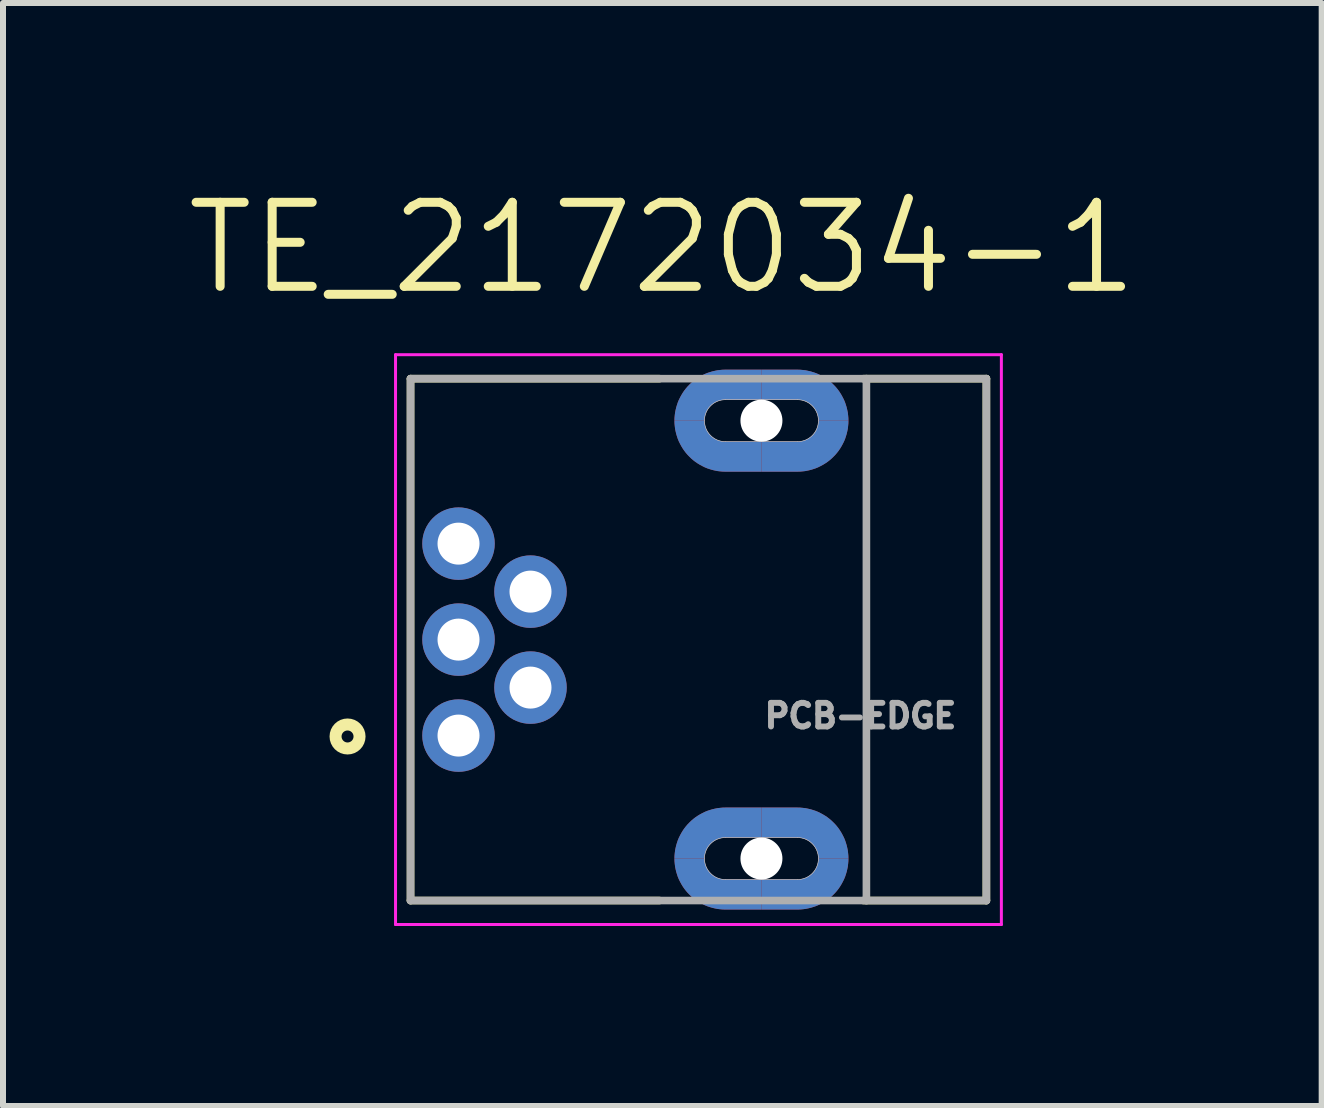
<source format=kicad_pcb>
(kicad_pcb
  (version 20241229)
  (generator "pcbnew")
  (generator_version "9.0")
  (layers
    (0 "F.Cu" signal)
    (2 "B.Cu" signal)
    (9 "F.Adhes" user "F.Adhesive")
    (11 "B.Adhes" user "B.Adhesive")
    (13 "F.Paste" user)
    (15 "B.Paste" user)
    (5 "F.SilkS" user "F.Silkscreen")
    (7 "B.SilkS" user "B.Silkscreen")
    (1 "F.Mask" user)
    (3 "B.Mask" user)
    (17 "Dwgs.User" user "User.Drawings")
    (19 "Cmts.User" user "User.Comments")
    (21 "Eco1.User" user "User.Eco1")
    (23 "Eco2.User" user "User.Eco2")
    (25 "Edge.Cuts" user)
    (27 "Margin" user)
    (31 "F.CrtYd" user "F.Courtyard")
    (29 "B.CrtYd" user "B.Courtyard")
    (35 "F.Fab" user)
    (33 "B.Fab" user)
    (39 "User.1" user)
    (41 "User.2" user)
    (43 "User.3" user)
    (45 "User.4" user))
  (footprint "TE_2172034-1"
    (layer "F.Cu")
    (at 9.644 7.613)
    (property "Reference" "TE_2172034-1" (at -1.652 -6.53 0) (layer "F.SilkS") (effects (font (size 1.401 1.401) (thickness 0.15))))
    (attr through_hole)
    (fp_poly (pts (xy 0 -4.5) (xy 0.6 -4.5) (xy 0.644 -4.499) (xy 0.689 -4.495) (xy 0.733 -4.49) (xy 0.777 -4.481) (xy 0.82 -4.471) (xy 0.863 -4.458) (xy 0.905 -4.444) (xy 0.946 -4.427) (xy 0.986 -4.407) (xy 1.025 -4.386) (xy 1.063 -4.363) (xy 1.1 -4.338) (xy 1.135 -4.311) (xy 1.169 -4.282) (xy 1.201 -4.251) (xy 1.232 -4.219) (xy 1.261 -4.185) (xy 1.288 -4.15) (xy 1.313 -4.113) (xy 1.336 -4.075) (xy 1.357 -4.036) (xy 1.377 -3.996) (xy 1.394 -3.955) (xy 1.408 -3.913) (xy 1.421 -3.87) (xy 1.431 -3.827) (xy 1.44 -3.783) (xy 1.445 -3.739) (xy 1.449 -3.694) (xy 1.45 -3.65) (xy 0.95 -3.65) (xy 0.95 -3.668) (xy 0.948 -3.687) (xy 0.946 -3.705) (xy 0.942 -3.723) (xy 0.938 -3.741) (xy 0.933 -3.758) (xy 0.927 -3.775) (xy 0.92 -3.792) (xy 0.912 -3.809) (xy 0.903 -3.825) (xy 0.894 -3.841) (xy 0.883 -3.856) (xy 0.872 -3.87) (xy 0.86 -3.884) (xy 0.847 -3.897) (xy 0.834 -3.91) (xy 0.82 -3.922) (xy 0.806 -3.933) (xy 0.791 -3.944) (xy 0.775 -3.953) (xy 0.759 -3.962) (xy 0.742 -3.97) (xy 0.725 -3.977) (xy 0.708 -3.983) (xy 0.691 -3.988) (xy 0.673 -3.992) (xy 0.655 -3.996) (xy 0.637 -3.998) (xy 0.618 -4) (xy 0.6 -4) (xy 0 -4) (xy 0 -4.5)) (stroke (width 0.0001) (type solid)) (fill yes) (layer "F.Cu"))
    (fp_poly (pts (xy 0 -2.8) (xy -0.6 -2.8) (xy -0.644 -2.801) (xy -0.689 -2.805) (xy -0.733 -2.81) (xy -0.777 -2.819) (xy -0.82 -2.829) (xy -0.863 -2.842) (xy -0.905 -2.856) (xy -0.946 -2.873) (xy -0.986 -2.893) (xy -1.025 -2.914) (xy -1.063 -2.937) (xy -1.1 -2.962) (xy -1.135 -2.989) (xy -1.169 -3.018) (xy -1.201 -3.049) (xy -1.232 -3.081) (xy -1.261 -3.115) (xy -1.288 -3.15) (xy -1.313 -3.187) (xy -1.336 -3.225) (xy -1.357 -3.264) (xy -1.377 -3.304) (xy -1.394 -3.345) (xy -1.408 -3.387) (xy -1.421 -3.43) (xy -1.431 -3.473) (xy -1.44 -3.517) (xy -1.445 -3.561) (xy -1.449 -3.606) (xy -1.45 -3.65) (xy -0.95 -3.65) (xy -0.95 -3.632) (xy -0.948 -3.613) (xy -0.946 -3.595) (xy -0.942 -3.577) (xy -0.938 -3.559) (xy -0.933 -3.542) (xy -0.927 -3.525) (xy -0.92 -3.508) (xy -0.912 -3.491) (xy -0.903 -3.475) (xy -0.894 -3.459) (xy -0.883 -3.444) (xy -0.872 -3.43) (xy -0.86 -3.416) (xy -0.847 -3.403) (xy -0.834 -3.39) (xy -0.82 -3.378) (xy -0.806 -3.367) (xy -0.791 -3.356) (xy -0.775 -3.347) (xy -0.759 -3.338) (xy -0.742 -3.33) (xy -0.725 -3.323) (xy -0.708 -3.317) (xy -0.691 -3.312) (xy -0.673 -3.308) (xy -0.655 -3.304) (xy -0.637 -3.302) (xy -0.618 -3.3) (xy -0.6 -3.3) (xy 0 -3.3) (xy 0 -2.8)) (stroke (width 0.0001) (type solid)) (fill yes) (layer "F.Cu"))
    (fp_poly (pts (xy 0 -2.8) (xy 0.6 -2.8) (xy 0.644 -2.801) (xy 0.689 -2.805) (xy 0.733 -2.81) (xy 0.777 -2.819) (xy 0.82 -2.829) (xy 0.863 -2.842) (xy 0.905 -2.856) (xy 0.946 -2.873) (xy 0.986 -2.893) (xy 1.025 -2.914) (xy 1.063 -2.937) (xy 1.1 -2.962) (xy 1.135 -2.989) (xy 1.169 -3.018) (xy 1.201 -3.049) (xy 1.232 -3.081) (xy 1.261 -3.115) (xy 1.288 -3.15) (xy 1.313 -3.187) (xy 1.336 -3.225) (xy 1.357 -3.264) (xy 1.377 -3.304) (xy 1.394 -3.345) (xy 1.408 -3.387) (xy 1.421 -3.43) (xy 1.431 -3.473) (xy 1.44 -3.517) (xy 1.445 -3.561) (xy 1.449 -3.606) (xy 1.45 -3.65) (xy 0.95 -3.65) (xy 0.95 -3.632) (xy 0.948 -3.613) (xy 0.946 -3.595) (xy 0.942 -3.577) (xy 0.938 -3.559) (xy 0.933 -3.542) (xy 0.927 -3.525) (xy 0.92 -3.508) (xy 0.912 -3.491) (xy 0.903 -3.475) (xy 0.894 -3.459) (xy 0.883 -3.444) (xy 0.872 -3.43) (xy 0.86 -3.416) (xy 0.847 -3.403) (xy 0.834 -3.39) (xy 0.82 -3.378) (xy 0.806 -3.367) (xy 0.791 -3.356) (xy 0.775 -3.347) (xy 0.759 -3.338) (xy 0.742 -3.33) (xy 0.725 -3.323) (xy 0.708 -3.317) (xy 0.691 -3.312) (xy 0.673 -3.308) (xy 0.655 -3.304) (xy 0.637 -3.302) (xy 0.618 -3.3) (xy 0.6 -3.3) (xy 0 -3.3) (xy 0 -2.8)) (stroke (width 0.0001) (type solid)) (fill yes) (layer "F.Cu"))
    (fp_poly (pts (xy 0 2.8) (xy -0.6 2.8) (xy -0.644 2.801) (xy -0.689 2.805) (xy -0.733 2.81) (xy -0.777 2.819) (xy -0.82 2.829) (xy -0.863 2.842) (xy -0.905 2.856) (xy -0.946 2.873) (xy -0.986 2.893) (xy -1.025 2.914) (xy -1.063 2.937) (xy -1.1 2.962) (xy -1.135 2.989) (xy -1.169 3.018) (xy -1.201 3.049) (xy -1.232 3.081) (xy -1.261 3.115) (xy -1.288 3.15) (xy -1.313 3.187) (xy -1.336 3.225) (xy -1.357 3.264) (xy -1.377 3.304) (xy -1.394 3.345) (xy -1.408 3.387) (xy -1.421 3.43) (xy -1.431 3.473) (xy -1.44 3.517) (xy -1.445 3.561) (xy -1.449 3.606) (xy -1.45 3.65) (xy -0.95 3.65) (xy -0.95 3.632) (xy -0.948 3.613) (xy -0.946 3.595) (xy -0.942 3.577) (xy -0.938 3.559) (xy -0.933 3.542) (xy -0.927 3.525) (xy -0.92 3.508) (xy -0.912 3.491) (xy -0.903 3.475) (xy -0.894 3.459) (xy -0.883 3.444) (xy -0.872 3.43) (xy -0.86 3.416) (xy -0.847 3.403) (xy -0.834 3.39) (xy -0.82 3.378) (xy -0.806 3.367) (xy -0.791 3.356) (xy -0.775 3.347) (xy -0.759 3.338) (xy -0.742 3.33) (xy -0.725 3.323) (xy -0.708 3.317) (xy -0.691 3.312) (xy -0.673 3.308) (xy -0.655 3.304) (xy -0.637 3.302) (xy -0.618 3.3) (xy -0.6 3.3) (xy 0 3.3) (xy 0 2.8)) (stroke (width 0.0001) (type solid)) (fill yes) (layer "F.Cu"))
    (fp_poly (pts (xy 0 2.8) (xy 0.6 2.8) (xy 0.644 2.801) (xy 0.689 2.805) (xy 0.733 2.81) (xy 0.777 2.819) (xy 0.82 2.829) (xy 0.863 2.842) (xy 0.905 2.856) (xy 0.946 2.873) (xy 0.986 2.893) (xy 1.025 2.914) (xy 1.063 2.937) (xy 1.1 2.962) (xy 1.135 2.989) (xy 1.169 3.018) (xy 1.201 3.049) (xy 1.232 3.081) (xy 1.261 3.115) (xy 1.288 3.15) (xy 1.313 3.187) (xy 1.336 3.225) (xy 1.357 3.264) (xy 1.377 3.304) (xy 1.394 3.345) (xy 1.408 3.387) (xy 1.421 3.43) (xy 1.431 3.473) (xy 1.44 3.517) (xy 1.445 3.561) (xy 1.449 3.606) (xy 1.45 3.65) (xy 0.95 3.65) (xy 0.95 3.632) (xy 0.948 3.613) (xy 0.946 3.595) (xy 0.942 3.577) (xy 0.938 3.559) (xy 0.933 3.542) (xy 0.927 3.525) (xy 0.92 3.508) (xy 0.912 3.491) (xy 0.903 3.475) (xy 0.894 3.459) (xy 0.883 3.444) (xy 0.872 3.43) (xy 0.86 3.416) (xy 0.847 3.403) (xy 0.834 3.39) (xy 0.82 3.378) (xy 0.806 3.367) (xy 0.791 3.356) (xy 0.775 3.347) (xy 0.759 3.338) (xy 0.742 3.33) (xy 0.725 3.323) (xy 0.708 3.317) (xy 0.691 3.312) (xy 0.673 3.308) (xy 0.655 3.304) (xy 0.637 3.302) (xy 0.618 3.3) (xy 0.6 3.3) (xy 0 3.3) (xy 0 2.8)) (stroke (width 0.0001) (type solid)) (fill yes) (layer "F.Cu"))
    (fp_poly (pts (xy 0 4.5) (xy 0.6 4.5) (xy 0.644 4.499) (xy 0.689 4.495) (xy 0.733 4.49) (xy 0.777 4.481) (xy 0.82 4.471) (xy 0.863 4.458) (xy 0.905 4.444) (xy 0.946 4.427) (xy 0.986 4.407) (xy 1.025 4.386) (xy 1.063 4.363) (xy 1.1 4.338) (xy 1.135 4.311) (xy 1.169 4.282) (xy 1.201 4.251) (xy 1.232 4.219) (xy 1.261 4.185) (xy 1.288 4.15) (xy 1.313 4.113) (xy 1.336 4.075) (xy 1.357 4.036) (xy 1.377 3.996) (xy 1.394 3.955) (xy 1.408 3.913) (xy 1.421 3.87) (xy 1.431 3.827) (xy 1.44 3.783) (xy 1.445 3.739) (xy 1.449 3.694) (xy 1.45 3.65) (xy 0.95 3.65) (xy 0.95 3.668) (xy 0.948 3.687) (xy 0.946 3.705) (xy 0.942 3.723) (xy 0.938 3.741) (xy 0.933 3.758) (xy 0.927 3.775) (xy 0.92 3.792) (xy 0.912 3.809) (xy 0.903 3.825) (xy 0.894 3.841) (xy 0.883 3.856) (xy 0.872 3.87) (xy 0.86 3.884) (xy 0.847 3.897) (xy 0.834 3.91) (xy 0.82 3.922) (xy 0.806 3.933) (xy 0.791 3.944) (xy 0.775 3.953) (xy 0.759 3.962) (xy 0.742 3.97) (xy 0.725 3.977) (xy 0.708 3.983) (xy 0.691 3.988) (xy 0.673 3.992) (xy 0.655 3.996) (xy 0.637 3.998) (xy 0.618 4) (xy 0.6 4) (xy 0 4) (xy 0 4.5)) (stroke (width 0.0001) (type solid)) (fill yes) (layer "F.Cu"))
    (fp_poly (pts (xy -1.553 2.7) (xy 1.55 2.7) (xy 1.55 4.609) (xy -1.553 4.609)) (stroke (width 0.01) (type solid)) (fill yes) (layer "F.Mask"))
    (fp_poly (pts (xy -1.552 -4.6) (xy 1.55 -4.6) (xy 1.55 -2.704) (xy -1.552 -2.704)) (stroke (width 0.01) (type solid)) (fill yes) (layer "F.Mask"))
    (fp_poly (pts (xy -1.551 2.7) (xy 1.55 2.7) (xy 1.55 4.604) (xy -1.551 4.604)) (stroke (width 0.01) (type solid)) (fill yes) (layer "F.Mask"))
    (fp_poly (pts (xy 0 -4.5) (xy -0.6 -4.5) (xy -0.644 -4.499) (xy -0.689 -4.495) (xy -0.733 -4.49) (xy -0.777 -4.481) (xy -0.82 -4.471) (xy -0.863 -4.458) (xy -0.905 -4.444) (xy -0.946 -4.427) (xy -0.986 -4.407) (xy -1.025 -4.386) (xy -1.063 -4.363) (xy -1.1 -4.338) (xy -1.135 -4.311) (xy -1.169 -4.282) (xy -1.201 -4.251) (xy -1.232 -4.219) (xy -1.261 -4.185) (xy -1.288 -4.15) (xy -1.313 -4.113) (xy -1.336 -4.075) (xy -1.357 -4.036) (xy -1.377 -3.996) (xy -1.394 -3.955) (xy -1.408 -3.913) (xy -1.421 -3.87) (xy -1.431 -3.827) (xy -1.44 -3.783) (xy -1.445 -3.739) (xy -1.449 -3.694) (xy -1.45 -3.65) (xy -0.95 -3.65) (xy -0.95 -3.668) (xy -0.948 -3.687) (xy -0.946 -3.705) (xy -0.942 -3.723) (xy -0.938 -3.741) (xy -0.933 -3.758) (xy -0.927 -3.775) (xy -0.92 -3.792) (xy -0.912 -3.809) (xy -0.903 -3.825) (xy -0.894 -3.841) (xy -0.883 -3.856) (xy -0.872 -3.87) (xy -0.86 -3.884) (xy -0.847 -3.897) (xy -0.834 -3.91) (xy -0.82 -3.922) (xy -0.806 -3.933) (xy -0.791 -3.944) (xy -0.775 -3.953) (xy -0.759 -3.962) (xy -0.742 -3.97) (xy -0.725 -3.977) (xy -0.708 -3.983) (xy -0.691 -3.988) (xy -0.673 -3.992) (xy -0.655 -3.996) (xy -0.637 -3.998) (xy -0.618 -4) (xy -0.6 -4) (xy 0 -4) (xy 0 -4.5)) (stroke (width 0.0001) (type solid)) (fill yes) (layer "B.Cu"))
    (fp_poly (pts (xy 0 -4.5) (xy 0.6 -4.5) (xy 0.644 -4.499) (xy 0.689 -4.495) (xy 0.733 -4.49) (xy 0.777 -4.481) (xy 0.82 -4.471) (xy 0.863 -4.458) (xy 0.905 -4.444) (xy 0.946 -4.427) (xy 0.986 -4.407) (xy 1.025 -4.386) (xy 1.063 -4.363) (xy 1.1 -4.338) (xy 1.135 -4.311) (xy 1.169 -4.282) (xy 1.201 -4.251) (xy 1.232 -4.219) (xy 1.261 -4.185) (xy 1.288 -4.15) (xy 1.313 -4.113) (xy 1.336 -4.075) (xy 1.357 -4.036) (xy 1.377 -3.996) (xy 1.394 -3.955) (xy 1.408 -3.913) (xy 1.421 -3.87) (xy 1.431 -3.827) (xy 1.44 -3.783) (xy 1.445 -3.739) (xy 1.449 -3.694) (xy 1.45 -3.65) (xy 0.95 -3.65) (xy 0.95 -3.668) (xy 0.948 -3.687) (xy 0.946 -3.705) (xy 0.942 -3.723) (xy 0.938 -3.741) (xy 0.933 -3.758) (xy 0.927 -3.775) (xy 0.92 -3.792) (xy 0.912 -3.809) (xy 0.903 -3.825) (xy 0.894 -3.841) (xy 0.883 -3.856) (xy 0.872 -3.87) (xy 0.86 -3.884) (xy 0.847 -3.897) (xy 0.834 -3.91) (xy 0.82 -3.922) (xy 0.806 -3.933) (xy 0.791 -3.944) (xy 0.775 -3.953) (xy 0.759 -3.962) (xy 0.742 -3.97) (xy 0.725 -3.977) (xy 0.708 -3.983) (xy 0.691 -3.988) (xy 0.673 -3.992) (xy 0.655 -3.996) (xy 0.637 -3.998) (xy 0.618 -4) (xy 0.6 -4) (xy 0 -4) (xy 0 -4.5)) (stroke (width 0.0001) (type solid)) (fill yes) (layer "B.Cu"))
    (fp_poly (pts (xy 0 -2.8) (xy -0.6 -2.8) (xy -0.644 -2.801) (xy -0.689 -2.805) (xy -0.733 -2.81) (xy -0.777 -2.819) (xy -0.82 -2.829) (xy -0.863 -2.842) (xy -0.905 -2.856) (xy -0.946 -2.873) (xy -0.986 -2.893) (xy -1.025 -2.914) (xy -1.063 -2.937) (xy -1.1 -2.962) (xy -1.135 -2.989) (xy -1.169 -3.018) (xy -1.201 -3.049) (xy -1.232 -3.081) (xy -1.261 -3.115) (xy -1.288 -3.15) (xy -1.313 -3.187) (xy -1.336 -3.225) (xy -1.357 -3.264) (xy -1.377 -3.304) (xy -1.394 -3.345) (xy -1.408 -3.387) (xy -1.421 -3.43) (xy -1.431 -3.473) (xy -1.44 -3.517) (xy -1.445 -3.561) (xy -1.449 -3.606) (xy -1.45 -3.65) (xy -0.95 -3.65) (xy -0.95 -3.632) (xy -0.948 -3.613) (xy -0.946 -3.595) (xy -0.942 -3.577) (xy -0.938 -3.559) (xy -0.933 -3.542) (xy -0.927 -3.525) (xy -0.92 -3.508) (xy -0.912 -3.491) (xy -0.903 -3.475) (xy -0.894 -3.459) (xy -0.883 -3.444) (xy -0.872 -3.43) (xy -0.86 -3.416) (xy -0.847 -3.403) (xy -0.834 -3.39) (xy -0.82 -3.378) (xy -0.806 -3.367) (xy -0.791 -3.356) (xy -0.775 -3.347) (xy -0.759 -3.338) (xy -0.742 -3.33) (xy -0.725 -3.323) (xy -0.708 -3.317) (xy -0.691 -3.312) (xy -0.673 -3.308) (xy -0.655 -3.304) (xy -0.637 -3.302) (xy -0.618 -3.3) (xy -0.6 -3.3) (xy 0 -3.3) (xy 0 -2.8)) (stroke (width 0.0001) (type solid)) (fill yes) (layer "B.Cu"))
    (fp_poly (pts (xy 0 -2.8) (xy 0.6 -2.8) (xy 0.644 -2.801) (xy 0.689 -2.805) (xy 0.733 -2.81) (xy 0.777 -2.819) (xy 0.82 -2.829) (xy 0.863 -2.842) (xy 0.905 -2.856) (xy 0.946 -2.873) (xy 0.986 -2.893) (xy 1.025 -2.914) (xy 1.063 -2.937) (xy 1.1 -2.962) (xy 1.135 -2.989) (xy 1.169 -3.018) (xy 1.201 -3.049) (xy 1.232 -3.081) (xy 1.261 -3.115) (xy 1.288 -3.15) (xy 1.313 -3.187) (xy 1.336 -3.225) (xy 1.357 -3.264) (xy 1.377 -3.304) (xy 1.394 -3.345) (xy 1.408 -3.387) (xy 1.421 -3.43) (xy 1.431 -3.473) (xy 1.44 -3.517) (xy 1.445 -3.561) (xy 1.449 -3.606) (xy 1.45 -3.65) (xy 0.95 -3.65) (xy 0.95 -3.632) (xy 0.948 -3.613) (xy 0.946 -3.595) (xy 0.942 -3.577) (xy 0.938 -3.559) (xy 0.933 -3.542) (xy 0.927 -3.525) (xy 0.92 -3.508) (xy 0.912 -3.491) (xy 0.903 -3.475) (xy 0.894 -3.459) (xy 0.883 -3.444) (xy 0.872 -3.43) (xy 0.86 -3.416) (xy 0.847 -3.403) (xy 0.834 -3.39) (xy 0.82 -3.378) (xy 0.806 -3.367) (xy 0.791 -3.356) (xy 0.775 -3.347) (xy 0.759 -3.338) (xy 0.742 -3.33) (xy 0.725 -3.323) (xy 0.708 -3.317) (xy 0.691 -3.312) (xy 0.673 -3.308) (xy 0.655 -3.304) (xy 0.637 -3.302) (xy 0.618 -3.3) (xy 0.6 -3.3) (xy 0 -3.3) (xy 0 -2.8)) (stroke (width 0.0001) (type solid)) (fill yes) (layer "B.Cu"))
    (fp_poly (pts (xy 0 2.8) (xy -0.6 2.8) (xy -0.644 2.801) (xy -0.689 2.805) (xy -0.733 2.81) (xy -0.777 2.819) (xy -0.82 2.829) (xy -0.863 2.842) (xy -0.905 2.856) (xy -0.946 2.873) (xy -0.986 2.893) (xy -1.025 2.914) (xy -1.063 2.937) (xy -1.1 2.962) (xy -1.135 2.989) (xy -1.169 3.018) (xy -1.201 3.049) (xy -1.232 3.081) (xy -1.261 3.115) (xy -1.288 3.15) (xy -1.313 3.187) (xy -1.336 3.225) (xy -1.357 3.264) (xy -1.377 3.304) (xy -1.394 3.345) (xy -1.408 3.387) (xy -1.421 3.43) (xy -1.431 3.473) (xy -1.44 3.517) (xy -1.445 3.561) (xy -1.449 3.606) (xy -1.45 3.65) (xy -0.95 3.65) (xy -0.95 3.632) (xy -0.948 3.613) (xy -0.946 3.595) (xy -0.942 3.577) (xy -0.938 3.559) (xy -0.933 3.542) (xy -0.927 3.525) (xy -0.92 3.508) (xy -0.912 3.491) (xy -0.903 3.475) (xy -0.894 3.459) (xy -0.883 3.444) (xy -0.872 3.43) (xy -0.86 3.416) (xy -0.847 3.403) (xy -0.834 3.39) (xy -0.82 3.378) (xy -0.806 3.367) (xy -0.791 3.356) (xy -0.775 3.347) (xy -0.759 3.338) (xy -0.742 3.33) (xy -0.725 3.323) (xy -0.708 3.317) (xy -0.691 3.312) (xy -0.673 3.308) (xy -0.655 3.304) (xy -0.637 3.302) (xy -0.618 3.3) (xy -0.6 3.3) (xy 0 3.3) (xy 0 2.8)) (stroke (width 0.0001) (type solid)) (fill yes) (layer "B.Cu"))
    (fp_poly (pts (xy 0 2.8) (xy 0.6 2.8) (xy 0.644 2.801) (xy 0.689 2.805) (xy 0.733 2.81) (xy 0.777 2.819) (xy 0.82 2.829) (xy 0.863 2.842) (xy 0.905 2.856) (xy 0.946 2.873) (xy 0.986 2.893) (xy 1.025 2.914) (xy 1.063 2.937) (xy 1.1 2.962) (xy 1.135 2.989) (xy 1.169 3.018) (xy 1.201 3.049) (xy 1.232 3.081) (xy 1.261 3.115) (xy 1.288 3.15) (xy 1.313 3.187) (xy 1.336 3.225) (xy 1.357 3.264) (xy 1.377 3.304) (xy 1.394 3.345) (xy 1.408 3.387) (xy 1.421 3.43) (xy 1.431 3.473) (xy 1.44 3.517) (xy 1.445 3.561) (xy 1.449 3.606) (xy 1.45 3.65) (xy 0.95 3.65) (xy 0.95 3.632) (xy 0.948 3.613) (xy 0.946 3.595) (xy 0.942 3.577) (xy 0.938 3.559) (xy 0.933 3.542) (xy 0.927 3.525) (xy 0.92 3.508) (xy 0.912 3.491) (xy 0.903 3.475) (xy 0.894 3.459) (xy 0.883 3.444) (xy 0.872 3.43) (xy 0.86 3.416) (xy 0.847 3.403) (xy 0.834 3.39) (xy 0.82 3.378) (xy 0.806 3.367) (xy 0.791 3.356) (xy 0.775 3.347) (xy 0.759 3.338) (xy 0.742 3.33) (xy 0.725 3.323) (xy 0.708 3.317) (xy 0.691 3.312) (xy 0.673 3.308) (xy 0.655 3.304) (xy 0.637 3.302) (xy 0.618 3.3) (xy 0.6 3.3) (xy 0 3.3) (xy 0 2.8)) (stroke (width 0.0001) (type solid)) (fill yes) (layer "B.Cu"))
    (fp_poly (pts (xy 0 4.5) (xy -0.6 4.5) (xy -0.644 4.499) (xy -0.689 4.495) (xy -0.733 4.49) (xy -0.777 4.481) (xy -0.82 4.471) (xy -0.863 4.458) (xy -0.905 4.444) (xy -0.946 4.427) (xy -0.986 4.407) (xy -1.025 4.386) (xy -1.063 4.363) (xy -1.1 4.338) (xy -1.135 4.311) (xy -1.169 4.282) (xy -1.201 4.251) (xy -1.232 4.219) (xy -1.261 4.185) (xy -1.288 4.15) (xy -1.313 4.113) (xy -1.336 4.075) (xy -1.357 4.036) (xy -1.377 3.996) (xy -1.394 3.955) (xy -1.408 3.913) (xy -1.421 3.87) (xy -1.431 3.827) (xy -1.44 3.783) (xy -1.445 3.739) (xy -1.449 3.694) (xy -1.45 3.65) (xy -0.95 3.65) (xy -0.95 3.668) (xy -0.948 3.687) (xy -0.946 3.705) (xy -0.942 3.723) (xy -0.938 3.741) (xy -0.933 3.758) (xy -0.927 3.775) (xy -0.92 3.792) (xy -0.912 3.809) (xy -0.903 3.825) (xy -0.894 3.841) (xy -0.883 3.856) (xy -0.872 3.87) (xy -0.86 3.884) (xy -0.847 3.897) (xy -0.834 3.91) (xy -0.82 3.922) (xy -0.806 3.933) (xy -0.791 3.944) (xy -0.775 3.953) (xy -0.759 3.962) (xy -0.742 3.97) (xy -0.725 3.977) (xy -0.708 3.983) (xy -0.691 3.988) (xy -0.673 3.992) (xy -0.655 3.996) (xy -0.637 3.998) (xy -0.618 4) (xy -0.6 4) (xy 0 4) (xy 0 4.5)) (stroke (width 0.0001) (type solid)) (fill yes) (layer "B.Cu"))
    (fp_poly (pts (xy 0 4.5) (xy 0.6 4.5) (xy 0.644 4.499) (xy 0.689 4.495) (xy 0.733 4.49) (xy 0.777 4.481) (xy 0.82 4.471) (xy 0.863 4.458) (xy 0.905 4.444) (xy 0.946 4.427) (xy 0.986 4.407) (xy 1.025 4.386) (xy 1.063 4.363) (xy 1.1 4.338) (xy 1.135 4.311) (xy 1.169 4.282) (xy 1.201 4.251) (xy 1.232 4.219) (xy 1.261 4.185) (xy 1.288 4.15) (xy 1.313 4.113) (xy 1.336 4.075) (xy 1.357 4.036) (xy 1.377 3.996) (xy 1.394 3.955) (xy 1.408 3.913) (xy 1.421 3.87) (xy 1.431 3.827) (xy 1.44 3.783) (xy 1.445 3.739) (xy 1.449 3.694) (xy 1.45 3.65) (xy 0.95 3.65) (xy 0.95 3.668) (xy 0.948 3.687) (xy 0.946 3.705) (xy 0.942 3.723) (xy 0.938 3.741) (xy 0.933 3.758) (xy 0.927 3.775) (xy 0.92 3.792) (xy 0.912 3.809) (xy 0.903 3.825) (xy 0.894 3.841) (xy 0.883 3.856) (xy 0.872 3.87) (xy 0.86 3.884) (xy 0.847 3.897) (xy 0.834 3.91) (xy 0.82 3.922) (xy 0.806 3.933) (xy 0.791 3.944) (xy 0.775 3.953) (xy 0.759 3.962) (xy 0.742 3.97) (xy 0.725 3.977) (xy 0.708 3.983) (xy 0.691 3.988) (xy 0.673 3.992) (xy 0.655 3.996) (xy 0.637 3.998) (xy 0.618 4) (xy 0.6 4) (xy 0 4) (xy 0 4.5)) (stroke (width 0.0001) (type solid)) (fill yes) (layer "B.Cu"))
    (fp_poly (pts (xy -1.552 2.7) (xy 1.55 2.7) (xy 1.55 4.607) (xy -1.552 4.607)) (stroke (width 0.01) (type solid)) (fill yes) (layer "B.Mask"))
    (fp_poly (pts (xy -1.551 -4.6) (xy 1.55 -4.6) (xy 1.55 -2.702) (xy -1.551 -2.702)) (stroke (width 0.01) (type solid)) (fill yes) (layer "B.Mask"))
    (fp_line (start -5.85 -4.35) (end -1.7 -4.35) (stroke (width 0.127) (type solid)) (layer "F.SilkS"))
    (fp_line (start -5.85 4.35) (end -5.85 -4.35) (stroke (width 0.127) (type solid)) (layer "F.SilkS"))
    (fp_line (start -1.7 4.35) (end -5.85 4.35) (stroke (width 0.127) (type solid)) (layer "F.SilkS"))
    (fp_line (start 1.7 -4.35) (end 3.75 -4.35) (stroke (width 0.127) (type solid)) (layer "F.SilkS"))
    (fp_line (start 3.75 -4.35) (end 3.75 4.35) (stroke (width 0.127) (type solid)) (layer "F.SilkS"))
    (fp_line (start 3.75 4.35) (end 1.7 4.35) (stroke (width 0.127) (type solid)) (layer "F.SilkS"))
    (fp_circle (center -6.9 1.615) (end -6.7 1.615) (stroke (width 0.2) (type solid)) (fill no) (layer "F.SilkS"))
    (fp_poly (pts (xy 0 -4.5) (xy -0.6 -4.5) (xy -0.644 -4.499) (xy -0.689 -4.495) (xy -0.733 -4.49) (xy -0.777 -4.481) (xy -0.82 -4.471) (xy -0.863 -4.458) (xy -0.905 -4.444) (xy -0.946 -4.427) (xy -0.986 -4.407) (xy -1.025 -4.386) (xy -1.063 -4.363) (xy -1.1 -4.338) (xy -1.135 -4.311) (xy -1.169 -4.282) (xy -1.201 -4.251) (xy -1.232 -4.219) (xy -1.261 -4.185) (xy -1.288 -4.15) (xy -1.313 -4.113) (xy -1.336 -4.075) (xy -1.357 -4.036) (xy -1.377 -3.996) (xy -1.394 -3.955) (xy -1.408 -3.913) (xy -1.421 -3.87) (xy -1.431 -3.827) (xy -1.44 -3.783) (xy -1.445 -3.739) (xy -1.449 -3.694) (xy -1.45 -3.65) (xy -0.95 -3.65) (xy -0.95 -3.668) (xy -0.948 -3.687) (xy -0.946 -3.705) (xy -0.942 -3.723) (xy -0.938 -3.741) (xy -0.933 -3.758) (xy -0.927 -3.775) (xy -0.92 -3.792) (xy -0.912 -3.809) (xy -0.903 -3.825) (xy -0.894 -3.841) (xy -0.883 -3.856) (xy -0.872 -3.87) (xy -0.86 -3.884) (xy -0.847 -3.897) (xy -0.834 -3.91) (xy -0.82 -3.922) (xy -0.806 -3.933) (xy -0.791 -3.944) (xy -0.775 -3.953) (xy -0.759 -3.962) (xy -0.742 -3.97) (xy -0.725 -3.977) (xy -0.708 -3.983) (xy -0.691 -3.988) (xy -0.673 -3.992) (xy -0.655 -3.996) (xy -0.637 -3.998) (xy -0.618 -4) (xy -0.6 -4) (xy 0 -4) (xy 0 -4.5)) (stroke (width 0.0001) (type solid)) (fill yes) (layer "F.Paste"))
    (fp_poly (pts (xy 0 -4.5) (xy 0.6 -4.5) (xy 0.644 -4.499) (xy 0.689 -4.495) (xy 0.733 -4.49) (xy 0.777 -4.481) (xy 0.82 -4.471) (xy 0.863 -4.458) (xy 0.905 -4.444) (xy 0.946 -4.427) (xy 0.986 -4.407) (xy 1.025 -4.386) (xy 1.063 -4.363) (xy 1.1 -4.338) (xy 1.135 -4.311) (xy 1.169 -4.282) (xy 1.201 -4.251) (xy 1.232 -4.219) (xy 1.261 -4.185) (xy 1.288 -4.15) (xy 1.313 -4.113) (xy 1.336 -4.075) (xy 1.357 -4.036) (xy 1.377 -3.996) (xy 1.394 -3.955) (xy 1.408 -3.913) (xy 1.421 -3.87) (xy 1.431 -3.827) (xy 1.44 -3.783) (xy 1.445 -3.739) (xy 1.449 -3.694) (xy 1.45 -3.65) (xy 0.95 -3.65) (xy 0.95 -3.668) (xy 0.948 -3.687) (xy 0.946 -3.705) (xy 0.942 -3.723) (xy 0.938 -3.741) (xy 0.933 -3.758) (xy 0.927 -3.775) (xy 0.92 -3.792) (xy 0.912 -3.809) (xy 0.903 -3.825) (xy 0.894 -3.841) (xy 0.883 -3.856) (xy 0.872 -3.87) (xy 0.86 -3.884) (xy 0.847 -3.897) (xy 0.834 -3.91) (xy 0.82 -3.922) (xy 0.806 -3.933) (xy 0.791 -3.944) (xy 0.775 -3.953) (xy 0.759 -3.962) (xy 0.742 -3.97) (xy 0.725 -3.977) (xy 0.708 -3.983) (xy 0.691 -3.988) (xy 0.673 -3.992) (xy 0.655 -3.996) (xy 0.637 -3.998) (xy 0.618 -4) (xy 0.6 -4) (xy 0 -4) (xy 0 -4.5)) (stroke (width 0.0001) (type solid)) (fill yes) (layer "F.Paste"))
    (fp_poly (pts (xy 0 -2.8) (xy -0.6 -2.8) (xy -0.644 -2.801) (xy -0.689 -2.805) (xy -0.733 -2.81) (xy -0.777 -2.819) (xy -0.82 -2.829) (xy -0.863 -2.842) (xy -0.905 -2.856) (xy -0.946 -2.873) (xy -0.986 -2.893) (xy -1.025 -2.914) (xy -1.063 -2.937) (xy -1.1 -2.962) (xy -1.135 -2.989) (xy -1.169 -3.018) (xy -1.201 -3.049) (xy -1.232 -3.081) (xy -1.261 -3.115) (xy -1.288 -3.15) (xy -1.313 -3.187) (xy -1.336 -3.225) (xy -1.357 -3.264) (xy -1.377 -3.304) (xy -1.394 -3.345) (xy -1.408 -3.387) (xy -1.421 -3.43) (xy -1.431 -3.473) (xy -1.44 -3.517) (xy -1.445 -3.561) (xy -1.449 -3.606) (xy -1.45 -3.65) (xy -0.95 -3.65) (xy -0.95 -3.632) (xy -0.948 -3.613) (xy -0.946 -3.595) (xy -0.942 -3.577) (xy -0.938 -3.559) (xy -0.933 -3.542) (xy -0.927 -3.525) (xy -0.92 -3.508) (xy -0.912 -3.491) (xy -0.903 -3.475) (xy -0.894 -3.459) (xy -0.883 -3.444) (xy -0.872 -3.43) (xy -0.86 -3.416) (xy -0.847 -3.403) (xy -0.834 -3.39) (xy -0.82 -3.378) (xy -0.806 -3.367) (xy -0.791 -3.356) (xy -0.775 -3.347) (xy -0.759 -3.338) (xy -0.742 -3.33) (xy -0.725 -3.323) (xy -0.708 -3.317) (xy -0.691 -3.312) (xy -0.673 -3.308) (xy -0.655 -3.304) (xy -0.637 -3.302) (xy -0.618 -3.3) (xy -0.6 -3.3) (xy 0 -3.3) (xy 0 -2.8)) (stroke (width 0.0001) (type solid)) (fill yes) (layer "F.Paste"))
    (fp_poly (pts (xy 0 -2.8) (xy 0.6 -2.8) (xy 0.644 -2.801) (xy 0.689 -2.805) (xy 0.733 -2.81) (xy 0.777 -2.819) (xy 0.82 -2.829) (xy 0.863 -2.842) (xy 0.905 -2.856) (xy 0.946 -2.873) (xy 0.986 -2.893) (xy 1.025 -2.914) (xy 1.063 -2.937) (xy 1.1 -2.962) (xy 1.135 -2.989) (xy 1.169 -3.018) (xy 1.201 -3.049) (xy 1.232 -3.081) (xy 1.261 -3.115) (xy 1.288 -3.15) (xy 1.313 -3.187) (xy 1.336 -3.225) (xy 1.357 -3.264) (xy 1.377 -3.304) (xy 1.394 -3.345) (xy 1.408 -3.387) (xy 1.421 -3.43) (xy 1.431 -3.473) (xy 1.44 -3.517) (xy 1.445 -3.561) (xy 1.449 -3.606) (xy 1.45 -3.65) (xy 0.95 -3.65) (xy 0.95 -3.632) (xy 0.948 -3.613) (xy 0.946 -3.595) (xy 0.942 -3.577) (xy 0.938 -3.559) (xy 0.933 -3.542) (xy 0.927 -3.525) (xy 0.92 -3.508) (xy 0.912 -3.491) (xy 0.903 -3.475) (xy 0.894 -3.459) (xy 0.883 -3.444) (xy 0.872 -3.43) (xy 0.86 -3.416) (xy 0.847 -3.403) (xy 0.834 -3.39) (xy 0.82 -3.378) (xy 0.806 -3.367) (xy 0.791 -3.356) (xy 0.775 -3.347) (xy 0.759 -3.338) (xy 0.742 -3.33) (xy 0.725 -3.323) (xy 0.708 -3.317) (xy 0.691 -3.312) (xy 0.673 -3.308) (xy 0.655 -3.304) (xy 0.637 -3.302) (xy 0.618 -3.3) (xy 0.6 -3.3) (xy 0 -3.3) (xy 0 -2.8)) (stroke (width 0.0001) (type solid)) (fill yes) (layer "F.Paste"))
    (fp_poly (pts (xy 0 2.8) (xy -0.6 2.8) (xy -0.644 2.801) (xy -0.689 2.805) (xy -0.733 2.81) (xy -0.777 2.819) (xy -0.82 2.829) (xy -0.863 2.842) (xy -0.905 2.856) (xy -0.946 2.873) (xy -0.986 2.893) (xy -1.025 2.914) (xy -1.063 2.937) (xy -1.1 2.962) (xy -1.135 2.989) (xy -1.169 3.018) (xy -1.201 3.049) (xy -1.232 3.081) (xy -1.261 3.115) (xy -1.288 3.15) (xy -1.313 3.187) (xy -1.336 3.225) (xy -1.357 3.264) (xy -1.377 3.304) (xy -1.394 3.345) (xy -1.408 3.387) (xy -1.421 3.43) (xy -1.431 3.473) (xy -1.44 3.517) (xy -1.445 3.561) (xy -1.449 3.606) (xy -1.45 3.65) (xy -0.95 3.65) (xy -0.95 3.632) (xy -0.948 3.613) (xy -0.946 3.595) (xy -0.942 3.577) (xy -0.938 3.559) (xy -0.933 3.542) (xy -0.927 3.525) (xy -0.92 3.508) (xy -0.912 3.491) (xy -0.903 3.475) (xy -0.894 3.459) (xy -0.883 3.444) (xy -0.872 3.43) (xy -0.86 3.416) (xy -0.847 3.403) (xy -0.834 3.39) (xy -0.82 3.378) (xy -0.806 3.367) (xy -0.791 3.356) (xy -0.775 3.347) (xy -0.759 3.338) (xy -0.742 3.33) (xy -0.725 3.323) (xy -0.708 3.317) (xy -0.691 3.312) (xy -0.673 3.308) (xy -0.655 3.304) (xy -0.637 3.302) (xy -0.618 3.3) (xy -0.6 3.3) (xy 0 3.3) (xy 0 2.8)) (stroke (width 0.0001) (type solid)) (fill yes) (layer "F.Paste"))
    (fp_poly (pts (xy 0 2.8) (xy 0.6 2.8) (xy 0.644 2.801) (xy 0.689 2.805) (xy 0.733 2.81) (xy 0.777 2.819) (xy 0.82 2.829) (xy 0.863 2.842) (xy 0.905 2.856) (xy 0.946 2.873) (xy 0.986 2.893) (xy 1.025 2.914) (xy 1.063 2.937) (xy 1.1 2.962) (xy 1.135 2.989) (xy 1.169 3.018) (xy 1.201 3.049) (xy 1.232 3.081) (xy 1.261 3.115) (xy 1.288 3.15) (xy 1.313 3.187) (xy 1.336 3.225) (xy 1.357 3.264) (xy 1.377 3.304) (xy 1.394 3.345) (xy 1.408 3.387) (xy 1.421 3.43) (xy 1.431 3.473) (xy 1.44 3.517) (xy 1.445 3.561) (xy 1.449 3.606) (xy 1.45 3.65) (xy 0.95 3.65) (xy 0.95 3.632) (xy 0.948 3.613) (xy 0.946 3.595) (xy 0.942 3.577) (xy 0.938 3.559) (xy 0.933 3.542) (xy 0.927 3.525) (xy 0.92 3.508) (xy 0.912 3.491) (xy 0.903 3.475) (xy 0.894 3.459) (xy 0.883 3.444) (xy 0.872 3.43) (xy 0.86 3.416) (xy 0.847 3.403) (xy 0.834 3.39) (xy 0.82 3.378) (xy 0.806 3.367) (xy 0.791 3.356) (xy 0.775 3.347) (xy 0.759 3.338) (xy 0.742 3.33) (xy 0.725 3.323) (xy 0.708 3.317) (xy 0.691 3.312) (xy 0.673 3.308) (xy 0.655 3.304) (xy 0.637 3.302) (xy 0.618 3.3) (xy 0.6 3.3) (xy 0 3.3) (xy 0 2.8)) (stroke (width 0.0001) (type solid)) (fill yes) (layer "F.Paste"))
    (fp_poly (pts (xy 0 4.5) (xy -0.6 4.5) (xy -0.644 4.499) (xy -0.689 4.495) (xy -0.733 4.49) (xy -0.777 4.481) (xy -0.82 4.471) (xy -0.863 4.458) (xy -0.905 4.444) (xy -0.946 4.427) (xy -0.986 4.407) (xy -1.025 4.386) (xy -1.063 4.363) (xy -1.1 4.338) (xy -1.135 4.311) (xy -1.169 4.282) (xy -1.201 4.251) (xy -1.232 4.219) (xy -1.261 4.185) (xy -1.288 4.15) (xy -1.313 4.113) (xy -1.336 4.075) (xy -1.357 4.036) (xy -1.377 3.996) (xy -1.394 3.955) (xy -1.408 3.913) (xy -1.421 3.87) (xy -1.431 3.827) (xy -1.44 3.783) (xy -1.445 3.739) (xy -1.449 3.694) (xy -1.45 3.65) (xy -0.95 3.65) (xy -0.95 3.668) (xy -0.948 3.687) (xy -0.946 3.705) (xy -0.942 3.723) (xy -0.938 3.741) (xy -0.933 3.758) (xy -0.927 3.775) (xy -0.92 3.792) (xy -0.912 3.809) (xy -0.903 3.825) (xy -0.894 3.841) (xy -0.883 3.856) (xy -0.872 3.87) (xy -0.86 3.884) (xy -0.847 3.897) (xy -0.834 3.91) (xy -0.82 3.922) (xy -0.806 3.933) (xy -0.791 3.944) (xy -0.775 3.953) (xy -0.759 3.962) (xy -0.742 3.97) (xy -0.725 3.977) (xy -0.708 3.983) (xy -0.691 3.988) (xy -0.673 3.992) (xy -0.655 3.996) (xy -0.637 3.998) (xy -0.618 4) (xy -0.6 4) (xy 0 4) (xy 0 4.5)) (stroke (width 0.0001) (type solid)) (fill yes) (layer "F.Paste"))
    (fp_poly (pts (xy 0 4.5) (xy 0.6 4.5) (xy 0.644 4.499) (xy 0.689 4.495) (xy 0.733 4.49) (xy 0.777 4.481) (xy 0.82 4.471) (xy 0.863 4.458) (xy 0.905 4.444) (xy 0.946 4.427) (xy 0.986 4.407) (xy 1.025 4.386) (xy 1.063 4.363) (xy 1.1 4.338) (xy 1.135 4.311) (xy 1.169 4.282) (xy 1.201 4.251) (xy 1.232 4.219) (xy 1.261 4.185) (xy 1.288 4.15) (xy 1.313 4.113) (xy 1.336 4.075) (xy 1.357 4.036) (xy 1.377 3.996) (xy 1.394 3.955) (xy 1.408 3.913) (xy 1.421 3.87) (xy 1.431 3.827) (xy 1.44 3.783) (xy 1.445 3.739) (xy 1.449 3.694) (xy 1.45 3.65) (xy 0.95 3.65) (xy 0.95 3.668) (xy 0.948 3.687) (xy 0.946 3.705) (xy 0.942 3.723) (xy 0.938 3.741) (xy 0.933 3.758) (xy 0.927 3.775) (xy 0.92 3.792) (xy 0.912 3.809) (xy 0.903 3.825) (xy 0.894 3.841) (xy 0.883 3.856) (xy 0.872 3.87) (xy 0.86 3.884) (xy 0.847 3.897) (xy 0.834 3.91) (xy 0.82 3.922) (xy 0.806 3.933) (xy 0.791 3.944) (xy 0.775 3.953) (xy 0.759 3.962) (xy 0.742 3.97) (xy 0.725 3.977) (xy 0.708 3.983) (xy 0.691 3.988) (xy 0.673 3.992) (xy 0.655 3.996) (xy 0.637 3.998) (xy 0.618 4) (xy 0.6 4) (xy 0 4) (xy 0 4.5)) (stroke (width 0.0001) (type solid)) (fill yes) (layer "F.Paste"))
    (fp_poly (pts (xy 0 -4.5) (xy -0.6 -4.5) (xy -0.644 -4.499) (xy -0.689 -4.495) (xy -0.733 -4.49) (xy -0.777 -4.481) (xy -0.82 -4.471) (xy -0.863 -4.458) (xy -0.905 -4.444) (xy -0.946 -4.427) (xy -0.986 -4.407) (xy -1.025 -4.386) (xy -1.063 -4.363) (xy -1.1 -4.338) (xy -1.135 -4.311) (xy -1.169 -4.282) (xy -1.201 -4.251) (xy -1.232 -4.219) (xy -1.261 -4.185) (xy -1.288 -4.15) (xy -1.313 -4.113) (xy -1.336 -4.075) (xy -1.357 -4.036) (xy -1.377 -3.996) (xy -1.394 -3.955) (xy -1.408 -3.913) (xy -1.421 -3.87) (xy -1.431 -3.827) (xy -1.44 -3.783) (xy -1.445 -3.739) (xy -1.449 -3.694) (xy -1.45 -3.65) (xy -0.95 -3.65) (xy -0.95 -3.668) (xy -0.948 -3.687) (xy -0.946 -3.705) (xy -0.942 -3.723) (xy -0.938 -3.741) (xy -0.933 -3.758) (xy -0.927 -3.775) (xy -0.92 -3.792) (xy -0.912 -3.809) (xy -0.903 -3.825) (xy -0.894 -3.841) (xy -0.883 -3.856) (xy -0.872 -3.87) (xy -0.86 -3.884) (xy -0.847 -3.897) (xy -0.834 -3.91) (xy -0.82 -3.922) (xy -0.806 -3.933) (xy -0.791 -3.944) (xy -0.775 -3.953) (xy -0.759 -3.962) (xy -0.742 -3.97) (xy -0.725 -3.977) (xy -0.708 -3.983) (xy -0.691 -3.988) (xy -0.673 -3.992) (xy -0.655 -3.996) (xy -0.637 -3.998) (xy -0.618 -4) (xy -0.6 -4) (xy 0 -4) (xy 0 -4.5)) (stroke (width 0.0001) (type solid)) (fill yes) (layer "B.Paste"))
    (fp_poly (pts (xy 0 -4.5) (xy 0.6 -4.5) (xy 0.644 -4.499) (xy 0.689 -4.495) (xy 0.733 -4.49) (xy 0.777 -4.481) (xy 0.82 -4.471) (xy 0.863 -4.458) (xy 0.905 -4.444) (xy 0.946 -4.427) (xy 0.986 -4.407) (xy 1.025 -4.386) (xy 1.063 -4.363) (xy 1.1 -4.338) (xy 1.135 -4.311) (xy 1.169 -4.282) (xy 1.201 -4.251) (xy 1.232 -4.219) (xy 1.261 -4.185) (xy 1.288 -4.15) (xy 1.313 -4.113) (xy 1.336 -4.075) (xy 1.357 -4.036) (xy 1.377 -3.996) (xy 1.394 -3.955) (xy 1.408 -3.913) (xy 1.421 -3.87) (xy 1.431 -3.827) (xy 1.44 -3.783) (xy 1.445 -3.739) (xy 1.449 -3.694) (xy 1.45 -3.65) (xy 0.95 -3.65) (xy 0.95 -3.668) (xy 0.948 -3.687) (xy 0.946 -3.705) (xy 0.942 -3.723) (xy 0.938 -3.741) (xy 0.933 -3.758) (xy 0.927 -3.775) (xy 0.92 -3.792) (xy 0.912 -3.809) (xy 0.903 -3.825) (xy 0.894 -3.841) (xy 0.883 -3.856) (xy 0.872 -3.87) (xy 0.86 -3.884) (xy 0.847 -3.897) (xy 0.834 -3.91) (xy 0.82 -3.922) (xy 0.806 -3.933) (xy 0.791 -3.944) (xy 0.775 -3.953) (xy 0.759 -3.962) (xy 0.742 -3.97) (xy 0.725 -3.977) (xy 0.708 -3.983) (xy 0.691 -3.988) (xy 0.673 -3.992) (xy 0.655 -3.996) (xy 0.637 -3.998) (xy 0.618 -4) (xy 0.6 -4) (xy 0 -4) (xy 0 -4.5)) (stroke (width 0.0001) (type solid)) (fill yes) (layer "B.Paste"))
    (fp_poly (pts (xy 0 -2.8) (xy -0.6 -2.8) (xy -0.644 -2.801) (xy -0.689 -2.805) (xy -0.733 -2.81) (xy -0.777 -2.819) (xy -0.82 -2.829) (xy -0.863 -2.842) (xy -0.905 -2.856) (xy -0.946 -2.873) (xy -0.986 -2.893) (xy -1.025 -2.914) (xy -1.063 -2.937) (xy -1.1 -2.962) (xy -1.135 -2.989) (xy -1.169 -3.018) (xy -1.201 -3.049) (xy -1.232 -3.081) (xy -1.261 -3.115) (xy -1.288 -3.15) (xy -1.313 -3.187) (xy -1.336 -3.225) (xy -1.357 -3.264) (xy -1.377 -3.304) (xy -1.394 -3.345) (xy -1.408 -3.387) (xy -1.421 -3.43) (xy -1.431 -3.473) (xy -1.44 -3.517) (xy -1.445 -3.561) (xy -1.449 -3.606) (xy -1.45 -3.65) (xy -0.95 -3.65) (xy -0.95 -3.632) (xy -0.948 -3.613) (xy -0.946 -3.595) (xy -0.942 -3.577) (xy -0.938 -3.559) (xy -0.933 -3.542) (xy -0.927 -3.525) (xy -0.92 -3.508) (xy -0.912 -3.491) (xy -0.903 -3.475) (xy -0.894 -3.459) (xy -0.883 -3.444) (xy -0.872 -3.43) (xy -0.86 -3.416) (xy -0.847 -3.403) (xy -0.834 -3.39) (xy -0.82 -3.378) (xy -0.806 -3.367) (xy -0.791 -3.356) (xy -0.775 -3.347) (xy -0.759 -3.338) (xy -0.742 -3.33) (xy -0.725 -3.323) (xy -0.708 -3.317) (xy -0.691 -3.312) (xy -0.673 -3.308) (xy -0.655 -3.304) (xy -0.637 -3.302) (xy -0.618 -3.3) (xy -0.6 -3.3) (xy 0 -3.3) (xy 0 -2.8)) (stroke (width 0.0001) (type solid)) (fill yes) (layer "B.Paste"))
    (fp_poly (pts (xy 0 -2.8) (xy 0.6 -2.8) (xy 0.644 -2.801) (xy 0.689 -2.805) (xy 0.733 -2.81) (xy 0.777 -2.819) (xy 0.82 -2.829) (xy 0.863 -2.842) (xy 0.905 -2.856) (xy 0.946 -2.873) (xy 0.986 -2.893) (xy 1.025 -2.914) (xy 1.063 -2.937) (xy 1.1 -2.962) (xy 1.135 -2.989) (xy 1.169 -3.018) (xy 1.201 -3.049) (xy 1.232 -3.081) (xy 1.261 -3.115) (xy 1.288 -3.15) (xy 1.313 -3.187) (xy 1.336 -3.225) (xy 1.357 -3.264) (xy 1.377 -3.304) (xy 1.394 -3.345) (xy 1.408 -3.387) (xy 1.421 -3.43) (xy 1.431 -3.473) (xy 1.44 -3.517) (xy 1.445 -3.561) (xy 1.449 -3.606) (xy 1.45 -3.65) (xy 0.95 -3.65) (xy 0.95 -3.632) (xy 0.948 -3.613) (xy 0.946 -3.595) (xy 0.942 -3.577) (xy 0.938 -3.559) (xy 0.933 -3.542) (xy 0.927 -3.525) (xy 0.92 -3.508) (xy 0.912 -3.491) (xy 0.903 -3.475) (xy 0.894 -3.459) (xy 0.883 -3.444) (xy 0.872 -3.43) (xy 0.86 -3.416) (xy 0.847 -3.403) (xy 0.834 -3.39) (xy 0.82 -3.378) (xy 0.806 -3.367) (xy 0.791 -3.356) (xy 0.775 -3.347) (xy 0.759 -3.338) (xy 0.742 -3.33) (xy 0.725 -3.323) (xy 0.708 -3.317) (xy 0.691 -3.312) (xy 0.673 -3.308) (xy 0.655 -3.304) (xy 0.637 -3.302) (xy 0.618 -3.3) (xy 0.6 -3.3) (xy 0 -3.3) (xy 0 -2.8)) (stroke (width 0.0001) (type solid)) (fill yes) (layer "B.Paste"))
    (fp_poly (pts (xy 0 2.8) (xy -0.6 2.8) (xy -0.644 2.801) (xy -0.689 2.805) (xy -0.733 2.81) (xy -0.777 2.819) (xy -0.82 2.829) (xy -0.863 2.842) (xy -0.905 2.856) (xy -0.946 2.873) (xy -0.986 2.893) (xy -1.025 2.914) (xy -1.063 2.937) (xy -1.1 2.962) (xy -1.135 2.989) (xy -1.169 3.018) (xy -1.201 3.049) (xy -1.232 3.081) (xy -1.261 3.115) (xy -1.288 3.15) (xy -1.313 3.187) (xy -1.336 3.225) (xy -1.357 3.264) (xy -1.377 3.304) (xy -1.394 3.345) (xy -1.408 3.387) (xy -1.421 3.43) (xy -1.431 3.473) (xy -1.44 3.517) (xy -1.445 3.561) (xy -1.449 3.606) (xy -1.45 3.65) (xy -0.95 3.65) (xy -0.95 3.632) (xy -0.948 3.613) (xy -0.946 3.595) (xy -0.942 3.577) (xy -0.938 3.559) (xy -0.933 3.542) (xy -0.927 3.525) (xy -0.92 3.508) (xy -0.912 3.491) (xy -0.903 3.475) (xy -0.894 3.459) (xy -0.883 3.444) (xy -0.872 3.43) (xy -0.86 3.416) (xy -0.847 3.403) (xy -0.834 3.39) (xy -0.82 3.378) (xy -0.806 3.367) (xy -0.791 3.356) (xy -0.775 3.347) (xy -0.759 3.338) (xy -0.742 3.33) (xy -0.725 3.323) (xy -0.708 3.317) (xy -0.691 3.312) (xy -0.673 3.308) (xy -0.655 3.304) (xy -0.637 3.302) (xy -0.618 3.3) (xy -0.6 3.3) (xy 0 3.3) (xy 0 2.8)) (stroke (width 0.0001) (type solid)) (fill yes) (layer "B.Paste"))
    (fp_poly (pts (xy 0 2.8) (xy 0.6 2.8) (xy 0.644 2.801) (xy 0.689 2.805) (xy 0.733 2.81) (xy 0.777 2.819) (xy 0.82 2.829) (xy 0.863 2.842) (xy 0.905 2.856) (xy 0.946 2.873) (xy 0.986 2.893) (xy 1.025 2.914) (xy 1.063 2.937) (xy 1.1 2.962) (xy 1.135 2.989) (xy 1.169 3.018) (xy 1.201 3.049) (xy 1.232 3.081) (xy 1.261 3.115) (xy 1.288 3.15) (xy 1.313 3.187) (xy 1.336 3.225) (xy 1.357 3.264) (xy 1.377 3.304) (xy 1.394 3.345) (xy 1.408 3.387) (xy 1.421 3.43) (xy 1.431 3.473) (xy 1.44 3.517) (xy 1.445 3.561) (xy 1.449 3.606) (xy 1.45 3.65) (xy 0.95 3.65) (xy 0.95 3.632) (xy 0.948 3.613) (xy 0.946 3.595) (xy 0.942 3.577) (xy 0.938 3.559) (xy 0.933 3.542) (xy 0.927 3.525) (xy 0.92 3.508) (xy 0.912 3.491) (xy 0.903 3.475) (xy 0.894 3.459) (xy 0.883 3.444) (xy 0.872 3.43) (xy 0.86 3.416) (xy 0.847 3.403) (xy 0.834 3.39) (xy 0.82 3.378) (xy 0.806 3.367) (xy 0.791 3.356) (xy 0.775 3.347) (xy 0.759 3.338) (xy 0.742 3.33) (xy 0.725 3.323) (xy 0.708 3.317) (xy 0.691 3.312) (xy 0.673 3.308) (xy 0.655 3.304) (xy 0.637 3.302) (xy 0.618 3.3) (xy 0.6 3.3) (xy 0 3.3) (xy 0 2.8)) (stroke (width 0.0001) (type solid)) (fill yes) (layer "B.Paste"))
    (fp_poly (pts (xy 0 4.5) (xy -0.6 4.5) (xy -0.644 4.499) (xy -0.689 4.495) (xy -0.733 4.49) (xy -0.777 4.481) (xy -0.82 4.471) (xy -0.863 4.458) (xy -0.905 4.444) (xy -0.946 4.427) (xy -0.986 4.407) (xy -1.025 4.386) (xy -1.063 4.363) (xy -1.1 4.338) (xy -1.135 4.311) (xy -1.169 4.282) (xy -1.201 4.251) (xy -1.232 4.219) (xy -1.261 4.185) (xy -1.288 4.15) (xy -1.313 4.113) (xy -1.336 4.075) (xy -1.357 4.036) (xy -1.377 3.996) (xy -1.394 3.955) (xy -1.408 3.913) (xy -1.421 3.87) (xy -1.431 3.827) (xy -1.44 3.783) (xy -1.445 3.739) (xy -1.449 3.694) (xy -1.45 3.65) (xy -0.95 3.65) (xy -0.95 3.668) (xy -0.948 3.687) (xy -0.946 3.705) (xy -0.942 3.723) (xy -0.938 3.741) (xy -0.933 3.758) (xy -0.927 3.775) (xy -0.92 3.792) (xy -0.912 3.809) (xy -0.903 3.825) (xy -0.894 3.841) (xy -0.883 3.856) (xy -0.872 3.87) (xy -0.86 3.884) (xy -0.847 3.897) (xy -0.834 3.91) (xy -0.82 3.922) (xy -0.806 3.933) (xy -0.791 3.944) (xy -0.775 3.953) (xy -0.759 3.962) (xy -0.742 3.97) (xy -0.725 3.977) (xy -0.708 3.983) (xy -0.691 3.988) (xy -0.673 3.992) (xy -0.655 3.996) (xy -0.637 3.998) (xy -0.618 4) (xy -0.6 4) (xy 0 4) (xy 0 4.5)) (stroke (width 0.0001) (type solid)) (fill yes) (layer "B.Paste"))
    (fp_poly (pts (xy 0 4.5) (xy 0.6 4.5) (xy 0.644 4.499) (xy 0.689 4.495) (xy 0.733 4.49) (xy 0.777 4.481) (xy 0.82 4.471) (xy 0.863 4.458) (xy 0.905 4.444) (xy 0.946 4.427) (xy 0.986 4.407) (xy 1.025 4.386) (xy 1.063 4.363) (xy 1.1 4.338) (xy 1.135 4.311) (xy 1.169 4.282) (xy 1.201 4.251) (xy 1.232 4.219) (xy 1.261 4.185) (xy 1.288 4.15) (xy 1.313 4.113) (xy 1.336 4.075) (xy 1.357 4.036) (xy 1.377 3.996) (xy 1.394 3.955) (xy 1.408 3.913) (xy 1.421 3.87) (xy 1.431 3.827) (xy 1.44 3.783) (xy 1.445 3.739) (xy 1.449 3.694) (xy 1.45 3.65) (xy 0.95 3.65) (xy 0.95 3.668) (xy 0.948 3.687) (xy 0.946 3.705) (xy 0.942 3.723) (xy 0.938 3.741) (xy 0.933 3.758) (xy 0.927 3.775) (xy 0.92 3.792) (xy 0.912 3.809) (xy 0.903 3.825) (xy 0.894 3.841) (xy 0.883 3.856) (xy 0.872 3.87) (xy 0.86 3.884) (xy 0.847 3.897) (xy 0.834 3.91) (xy 0.82 3.922) (xy 0.806 3.933) (xy 0.791 3.944) (xy 0.775 3.953) (xy 0.759 3.962) (xy 0.742 3.97) (xy 0.725 3.977) (xy 0.708 3.983) (xy 0.691 3.988) (xy 0.673 3.992) (xy 0.655 3.996) (xy 0.637 3.998) (xy 0.618 4) (xy 0.6 4) (xy 0 4) (xy 0 4.5)) (stroke (width 0.0001) (type solid)) (fill yes) (layer "B.Paste"))
    (fp_line (start -0.6 -4) (end 0.6 -4) (stroke (width 0.01) (type solid)) (layer "Edge.Cuts"))
    (fp_line (start -0.6 -3.3) (end 0.6 -3.3) (stroke (width 0.01) (type solid)) (layer "Edge.Cuts"))
    (fp_line (start -0.6 3.3) (end 0.6 3.3) (stroke (width 0.01) (type solid)) (layer "Edge.Cuts"))
    (fp_line (start -0.6 4) (end 0.6 4) (stroke (width 0.01) (type solid)) (layer "Edge.Cuts"))
    (fp_arc (start -0.95 -3.65) (mid -0.847487 -3.897487) (end -0.6 -4) (stroke (width 0.01) (type solid)) (layer "Edge.Cuts"))
    (fp_arc (start -0.95 3.65) (mid -0.847487 3.402513) (end -0.6 3.3) (stroke (width 0.01) (type solid)) (layer "Edge.Cuts"))
    (fp_arc (start -0.6 -3.3) (mid -0.847487 -3.402513) (end -0.95 -3.65) (stroke (width 0.01) (type solid)) (layer "Edge.Cuts"))
    (fp_arc (start -0.6 4) (mid -0.847487 3.897487) (end -0.95 3.65) (stroke (width 0.01) (type solid)) (layer "Edge.Cuts"))
    (fp_arc (start 0.6 -4) (mid 0.847487 -3.897487) (end 0.95 -3.65) (stroke (width 0.01) (type solid)) (layer "Edge.Cuts"))
    (fp_arc (start 0.6 3.3) (mid 0.847487 3.402513) (end 0.95 3.65) (stroke (width 0.01) (type solid)) (layer "Edge.Cuts"))
    (fp_arc (start 0.95 -3.65) (mid 0.847487 -3.402513) (end 0.6 -3.3) (stroke (width 0.01) (type solid)) (layer "Edge.Cuts"))
    (fp_arc (start 0.95 3.65) (mid 0.847487 3.897487) (end 0.6 4) (stroke (width 0.01) (type solid)) (layer "Edge.Cuts"))
    (fp_line (start -6.1 -4.75) (end 4 -4.75) (stroke (width 0.05) (type solid)) (layer "F.CrtYd"))
    (fp_line (start -6.1 4.75) (end -6.1 -4.75) (stroke (width 0.05) (type solid)) (layer "F.CrtYd"))
    (fp_line (start 4 -4.75) (end 4 4.75) (stroke (width 0.05) (type solid)) (layer "F.CrtYd"))
    (fp_line (start 4 4.75) (end -6.1 4.75) (stroke (width 0.05) (type solid)) (layer "F.CrtYd"))
    (fp_line (start -5.85 -4.35) (end -5.85 4.35) (stroke (width 0.127) (type solid)) (layer "F.Fab"))
    (fp_line (start -5.85 4.35) (end 1.75 4.35) (stroke (width 0.127) (type solid)) (layer "F.Fab"))
    (fp_line (start 1.75 -4.35) (end -5.85 -4.35) (stroke (width 0.127) (type solid)) (layer "F.Fab"))
    (fp_line (start 1.75 -4.35) (end 1.75 4.35) (stroke (width 0.127) (type solid)) (layer "F.Fab"))
    (fp_line (start 1.75 4.35) (end 3.75 4.35) (stroke (width 0.127) (type solid)) (layer "F.Fab"))
    (fp_line (start 3.75 -4.35) (end 1.75 -4.35) (stroke (width 0.127) (type solid)) (layer "F.Fab"))
    (fp_line (start 3.75 4.35) (end 3.75 -4.35) (stroke (width 0.127) (type solid)) (layer "F.Fab"))
    (fp_circle (center -5.05 1.6) (end -4.85 1.6) (stroke (width 0.2) (type solid)) (fill no) (layer "F.Fab"))
    (fp_text user "PCB-EDGE" (at 1.651 1.271 0) (layer "F.Fab") (effects (font (size 0.394 0.394) (thickness 0.15))))
    (pad "" np_thru_hole circle (at 0 -3.65) (size 0.7 0.7) (drill 0.7) (layers "*.Cu" "*.Mask"))
    (pad "" np_thru_hole circle (at 0 3.65) (size 0.7 0.7) (drill 0.7) (layers "*.Cu" "*.Mask"))
    (pad "1" thru_hole circle (at -5.05 1.6) (size 1.208 1.208) (drill 0.7) (layers "*.Cu" "*.Mask"))
    (pad "2" thru_hole circle (at -3.85 0.8) (size 1.208 1.208) (drill 0.7) (layers "*.Cu" "*.Mask"))
    (pad "3" thru_hole circle (at -5.05 0) (size 1.208 1.208) (drill 0.7) (layers "*.Cu" "*.Mask"))
    (pad "4" thru_hole circle (at -3.85 -0.8) (size 1.208 1.208) (drill 0.7) (layers "*.Cu" "*.Mask"))
    (pad "5" thru_hole circle (at -5.05 -1.6) (size 1.208 1.208) (drill 0.7) (layers "*.Cu" "*.Mask"))
    (pad "SH1" smd custom (at -1.27 -3.81) (size 0.1 0.1) (layers "F.Cu") (options (anchor rect)) (primitives (gr_poly (pts (xy 1.27 -0.19) (xy 0.652 -0.19) (xy 0.633 -0.188) (xy 0.615 -0.186) (xy 0.579 -0.178) (xy 0.562 -0.173) (xy 0.545 -0.167) (xy 0.528 -0.16) (xy 0.511 -0.152) (xy 0.479 -0.134) (xy 0.464 -0.123) (xy 0.45 -0.112) (xy 0.436 -0.1) (xy 0.41 -0.074) (xy 0.398 -0.06) (xy 0.387 -0.046) (xy 0.376 -0.031) (xy 0.358 0.001) (xy 0.35 0.018) (xy 0.343 0.035) (xy 0.337 0.052) (xy 0.332 0.069) (xy 0.324 0.105) (xy 0.322 0.123) (xy 0.32 0.142) (xy 0.32 0.16) (xy -0.18 0.16) (xy -0.179 0.116) (xy -0.175 0.071) (xy -0.17 0.027) (xy -0.161 -0.017) (xy -0.151 -0.06) (xy -0.138 -0.103) (xy -0.124 -0.145) (xy -0.107 -0.186) (xy -0.087 -0.226) (xy -0.066 -0.265) (xy -0.043 -0.303) (xy -0.018 -0.34) (xy 0.009 -0.375) (xy 0.038 -0.409) (xy 0.069 -0.441) (xy 0.101 -0.472) (xy 0.135 -0.501) (xy 0.17 -0.528) (xy 0.207 -0.553) (xy 0.245 -0.576) (xy 0.284 -0.597) (xy 0.324 -0.617) (xy 0.365 -0.634) (xy 0.407 -0.648) (xy 0.45 -0.661) (xy 0.493 -0.671) (xy 0.537 -0.68) (xy 0.581 -0.685) (xy 0.626 -0.689) (xy 0.67 -0.69) (xy 1.27 -0.69)) (width 0.0001) (fill yes))))
    (pad "SH2" smd custom (at -1.27 3.81) (size 0.1 0.1) (layers "F.Cu") (options (anchor rect)) (primitives (gr_poly (pts (xy 0.32 -0.142) (xy 0.322 -0.123) (xy 0.324 -0.105) (xy 0.332 -0.069) (xy 0.337 -0.052) (xy 0.343 -0.035) (xy 0.35 -0.018) (xy 0.358 -0.001) (xy 0.376 0.031) (xy 0.387 0.046) (xy 0.398 0.06) (xy 0.41 0.074) (xy 0.436 0.1) (xy 0.45 0.112) (xy 0.464 0.123) (xy 0.479 0.134) (xy 0.511 0.152) (xy 0.528 0.16) (xy 0.545 0.167) (xy 0.562 0.173) (xy 0.579 0.178) (xy 0.615 0.186) (xy 0.633 0.188) (xy 0.652 0.19) (xy 1.27 0.19) (xy 1.27 0.69) (xy 0.67 0.69) (xy 0.626 0.689) (xy 0.581 0.685) (xy 0.537 0.68) (xy 0.493 0.671) (xy 0.45 0.661) (xy 0.407 0.648) (xy 0.365 0.634) (xy 0.324 0.617) (xy 0.284 0.597) (xy 0.245 0.576) (xy 0.207 0.553) (xy 0.17 0.528) (xy 0.135 0.501) (xy 0.101 0.472) (xy 0.069 0.441) (xy 0.038 0.409) (xy 0.009 0.375) (xy -0.018 0.34) (xy -0.043 0.303) (xy -0.066 0.265) (xy -0.087 0.226) (xy -0.107 0.186) (xy -0.124 0.145) (xy -0.138 0.103) (xy -0.151 0.06) (xy -0.161 0.017) (xy -0.17 -0.027) (xy -0.175 -0.071) (xy -0.179 -0.116) (xy -0.18 -0.16) (xy 0.32 -0.16)) (width 0.0001) (fill yes)))))
  (gr_rect
    (start -3 -3)
    (end 18.984 15.388)
    (stroke (width 0.1) (type default))
    (fill no)
    (layer "Edge.Cuts")))
</source>
